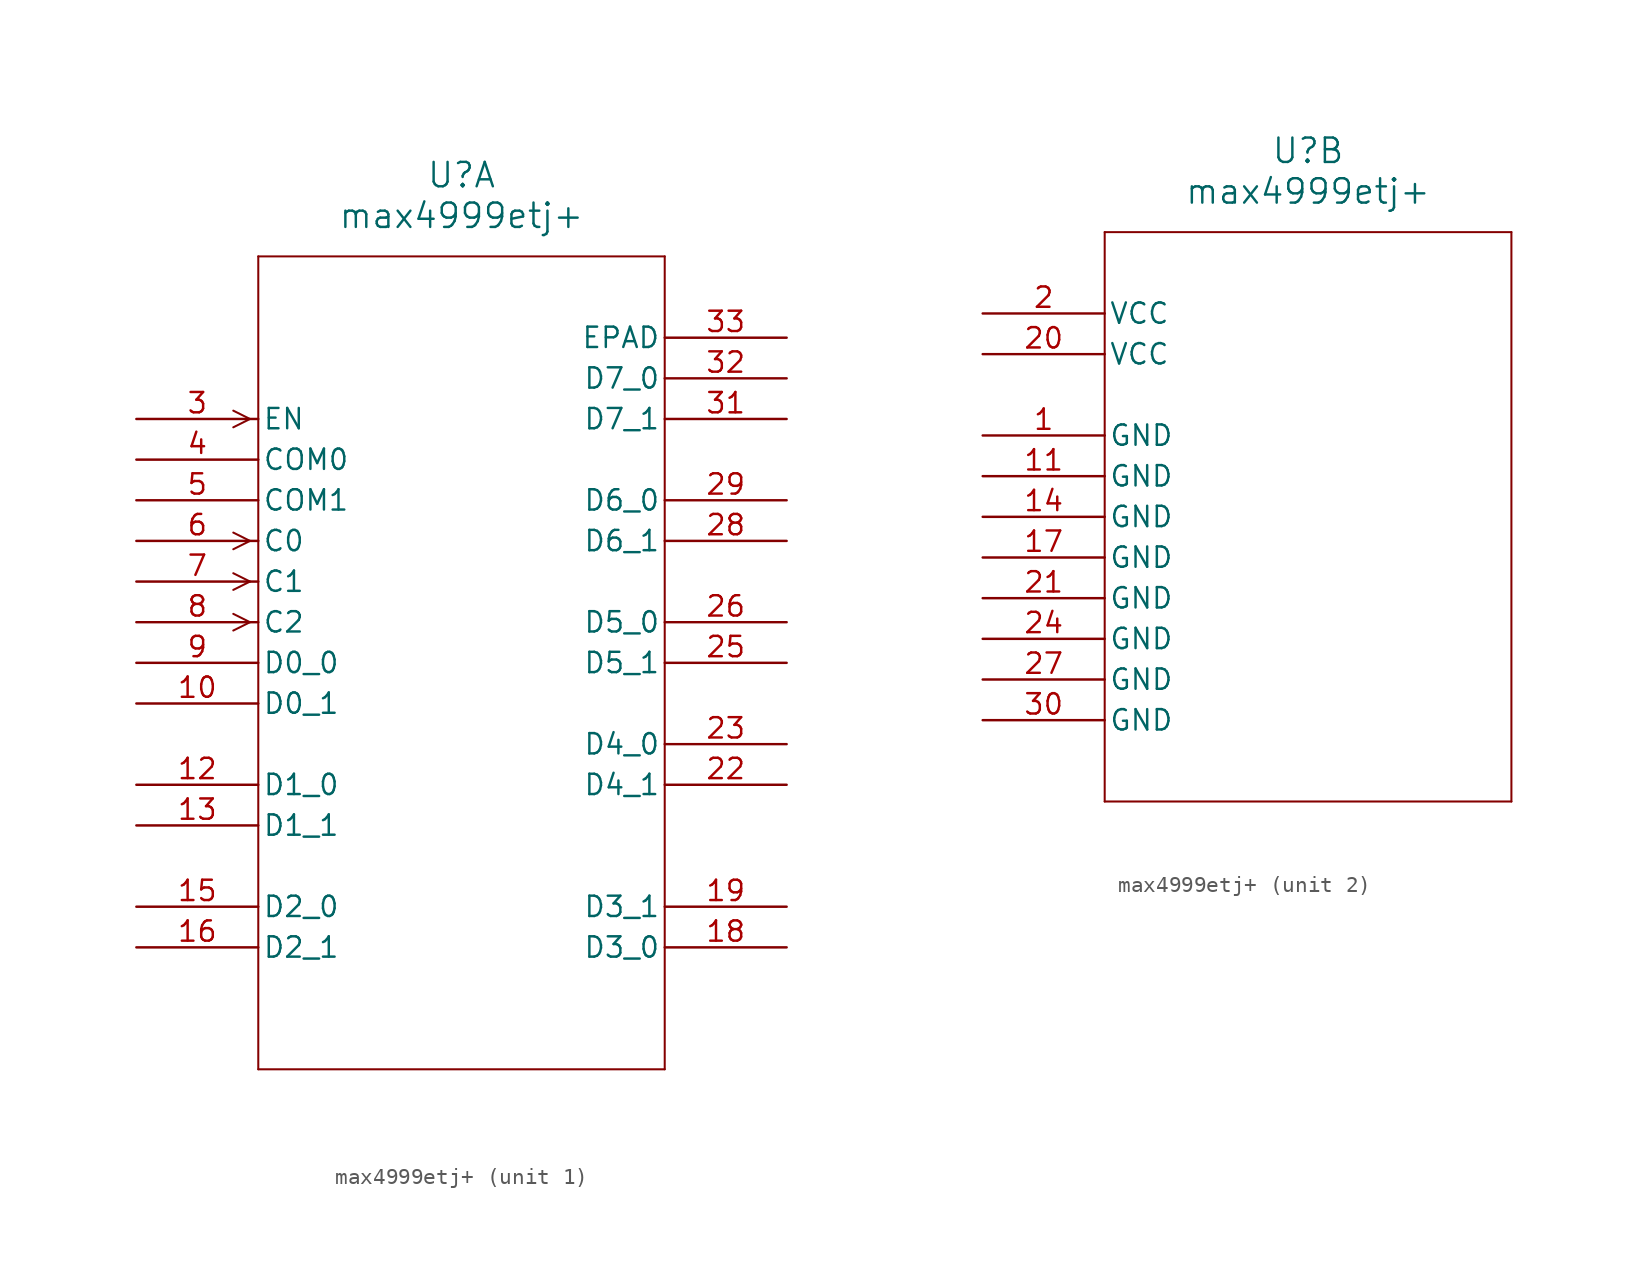
<source format=kicad_sym>
(kicad_symbol_lib
  (version 20211014)
  (generator kicad_symbol_editor)
  (symbol "max4999etj+"
    (pin_names
      (offset 0.254))
    (property "Reference" "U"
      (at 20.32 10.16 0)
      (effects (font (size 1.524 1.524))))
    (property "Value" "max4999etj+"
      (at 20.32 7.62 0)
      (effects (font (size 1.524 1.524))))
    (symbol "max4999etj+_1_1"
      (polyline (pts (xy 7.099 -5.08) (xy 6.058 -4.559)) (stroke (width 0.127) (type default) (color 0 0 0 0)) (fill (type none)))
      (polyline (pts (xy 7.099 -5.08) (xy 6.058 -5.601)) (stroke (width 0.127) (type default) (color 0 0 0 0)) (fill (type none)))
      (polyline (pts (xy 7.099 -12.7) (xy 6.058 -12.179)) (stroke (width 0.127) (type default) (color 0 0 0 0)) (fill (type none)))
      (polyline (pts (xy 7.099 -12.7) (xy 6.058 -13.221)) (stroke (width 0.127) (type default) (color 0 0 0 0)) (fill (type none)))
      (polyline (pts (xy 7.099 -15.24) (xy 6.058 -14.719)) (stroke (width 0.127) (type default) (color 0 0 0 0)) (fill (type none)))
      (polyline (pts (xy 7.099 -15.24) (xy 6.058 -15.761)) (stroke (width 0.127) (type default) (color 0 0 0 0)) (fill (type none)))
      (polyline (pts (xy 7.099 -17.78) (xy 6.058 -17.259)) (stroke (width 0.127) (type default) (color 0 0 0 0)) (fill (type none)))
      (polyline (pts (xy 7.099 -17.78) (xy 6.058 -18.301)) (stroke (width 0.127) (type default) (color 0 0 0 0)) (fill (type none)))
      (polyline (pts (xy 7.62 5.08) (xy 7.62 -45.72)) (stroke (width 0.127) (type default) (color 0 0 0 0)) (fill (type none)))
      (polyline (pts (xy 7.62 -45.72) (xy 33.02 -45.72)) (stroke (width 0.127) (type default) (color 0 0 0 0)) (fill (type none)))
      (polyline (pts (xy 33.02 -45.72) (xy 33.02 5.08)) (stroke (width 0.127) (type default) (color 0 0 0 0)) (fill (type none)))
      (polyline (pts (xy 33.02 5.08) (xy 7.62 5.08)) (stroke (width 0.127) (type default) (color 0 0 0 0)) (fill (type none)))
      (pin input line (at 0 -5.08 0) (length 7.62) (name "EN" (effects (font (size 1.27 1.27)))) (number "3" (effects (font (size 1.27 1.27)))))
      (pin unspecified line (at 0 -7.62 0) (length 7.62) (name "COM0" (effects (font (size 1.27 1.27)))) (number "4" (effects (font (size 1.27 1.27)))))
      (pin unspecified line (at 0 -10.16 0) (length 7.62) (name "COM1" (effects (font (size 1.27 1.27)))) (number "5" (effects (font (size 1.27 1.27)))))
      (pin input line (at 0 -12.7 0) (length 7.62) (name "C0" (effects (font (size 1.27 1.27)))) (number "6" (effects (font (size 1.27 1.27)))))
      (pin input line (at 0 -15.24 0) (length 7.62) (name "C1" (effects (font (size 1.27 1.27)))) (number "7" (effects (font (size 1.27 1.27)))))
      (pin input line (at 0 -17.78 0) (length 7.62) (name "C2" (effects (font (size 1.27 1.27)))) (number "8" (effects (font (size 1.27 1.27)))))
      (pin unspecified line (at 0 -20.32 0) (length 7.62) (name "D0_0" (effects (font (size 1.27 1.27)))) (number "9" (effects (font (size 1.27 1.27)))))
      (pin unspecified line (at 0 -22.86 0) (length 7.62) (name "D0_1" (effects (font (size 1.27 1.27)))) (number "10" (effects (font (size 1.27 1.27)))))
      (pin unspecified line (at 0 -27.94 0) (length 7.62) (name "D1_0" (effects (font (size 1.27 1.27)))) (number "12" (effects (font (size 1.27 1.27)))))
      (pin unspecified line (at 0 -30.48 0) (length 7.62) (name "D1_1" (effects (font (size 1.27 1.27)))) (number "13" (effects (font (size 1.27 1.27)))))
      (pin unspecified line (at 0 -35.56 0) (length 7.62) (name "D2_0" (effects (font (size 1.27 1.27)))) (number "15" (effects (font (size 1.27 1.27)))))
      (pin unspecified line (at 0 -38.1 0) (length 7.62) (name "D2_1" (effects (font (size 1.27 1.27)))) (number "16" (effects (font (size 1.27 1.27)))))
      (pin unspecified line (at 40.64 -38.1 180) (length 7.62) (name "D3_0" (effects (font (size 1.27 1.27)))) (number "18" (effects (font (size 1.27 1.27)))))
      (pin unspecified line (at 40.64 -35.56 180) (length 7.62) (name "D3_1" (effects (font (size 1.27 1.27)))) (number "19" (effects (font (size 1.27 1.27)))))
      (pin unspecified line (at 40.64 -27.94 180) (length 7.62) (name "D4_1" (effects (font (size 1.27 1.27)))) (number "22" (effects (font (size 1.27 1.27)))))
      (pin unspecified line (at 40.64 -25.4 180) (length 7.62) (name "D4_0" (effects (font (size 1.27 1.27)))) (number "23" (effects (font (size 1.27 1.27)))))
      (pin unspecified line (at 40.64 -20.32 180) (length 7.62) (name "D5_1" (effects (font (size 1.27 1.27)))) (number "25" (effects (font (size 1.27 1.27)))))
      (pin unspecified line (at 40.64 -17.78 180) (length 7.62) (name "D5_0" (effects (font (size 1.27 1.27)))) (number "26" (effects (font (size 1.27 1.27)))))
      (pin unspecified line (at 40.64 -12.7 180) (length 7.62) (name "D6_1" (effects (font (size 1.27 1.27)))) (number "28" (effects (font (size 1.27 1.27)))))
      (pin unspecified line (at 40.64 -10.16 180) (length 7.62) (name "D6_0" (effects (font (size 1.27 1.27)))) (number "29" (effects (font (size 1.27 1.27)))))
      (pin unspecified line (at 40.64 -5.08 180) (length 7.62) (name "D7_1" (effects (font (size 1.27 1.27)))) (number "31" (effects (font (size 1.27 1.27)))))
      (pin unspecified line (at 40.64 -2.54 180) (length 7.62) (name "D7_0" (effects (font (size 1.27 1.27)))) (number "32" (effects (font (size 1.27 1.27)))))
      (pin unspecified line (at 40.64 0 180) (length 7.62) (name "EPAD" (effects (font (size 1.27 1.27)))) (number "33" (effects (font (size 1.27 1.27))))))
    (symbol "max4999etj+_2_1"
      (polyline (pts (xy 7.62 5.08) (xy 7.62 -30.48)) (stroke (width 0.127) (type default) (color 0 0 0 0)) (fill (type none)))
      (polyline (pts (xy 7.62 -30.48) (xy 33.02 -30.48)) (stroke (width 0.127) (type default) (color 0 0 0 0)) (fill (type none)))
      (polyline (pts (xy 33.02 -30.48) (xy 33.02 5.08)) (stroke (width 0.127) (type default) (color 0 0 0 0)) (fill (type none)))
      (polyline (pts (xy 33.02 5.08) (xy 7.62 5.08)) (stroke (width 0.127) (type default) (color 0 0 0 0)) (fill (type none)))
      (pin power_in line (at 0 -7.62 0) (length 7.62) (name "GND" (effects (font (size 1.27 1.27)))) (number "1" (effects (font (size 1.27 1.27)))))
      (pin power_in line (at 0 0 0) (length 7.62) (name "VCC" (effects (font (size 1.27 1.27)))) (number "2" (effects (font (size 1.27 1.27)))))
      (pin power_in line (at 0 -10.16 0) (length 7.62) (name "GND" (effects (font (size 1.27 1.27)))) (number "11" (effects (font (size 1.27 1.27)))))
      (pin power_in line (at 0 -12.7 0) (length 7.62) (name "GND" (effects (font (size 1.27 1.27)))) (number "14" (effects (font (size 1.27 1.27)))))
      (pin power_in line (at 0 -15.24 0) (length 7.62) (name "GND" (effects (font (size 1.27 1.27)))) (number "17" (effects (font (size 1.27 1.27)))))
      (pin power_in line (at 0 -2.54 0) (length 7.62) (name "VCC" (effects (font (size 1.27 1.27)))) (number "20" (effects (font (size 1.27 1.27)))))
      (pin power_in line (at 0 -17.78 0) (length 7.62) (name "GND" (effects (font (size 1.27 1.27)))) (number "21" (effects (font (size 1.27 1.27)))))
      (pin power_in line (at 0 -20.32 0) (length 7.62) (name "GND" (effects (font (size 1.27 1.27)))) (number "24" (effects (font (size 1.27 1.27)))))
      (pin power_in line (at 0 -22.86 0) (length 7.62) (name "GND" (effects (font (size 1.27 1.27)))) (number "27" (effects (font (size 1.27 1.27)))))
      (pin power_in line (at 0 -25.4 0) (length 7.62) (name "GND" (effects (font (size 1.27 1.27)))) (number "30" (effects (font (size 1.27 1.27))))))))
</source>
